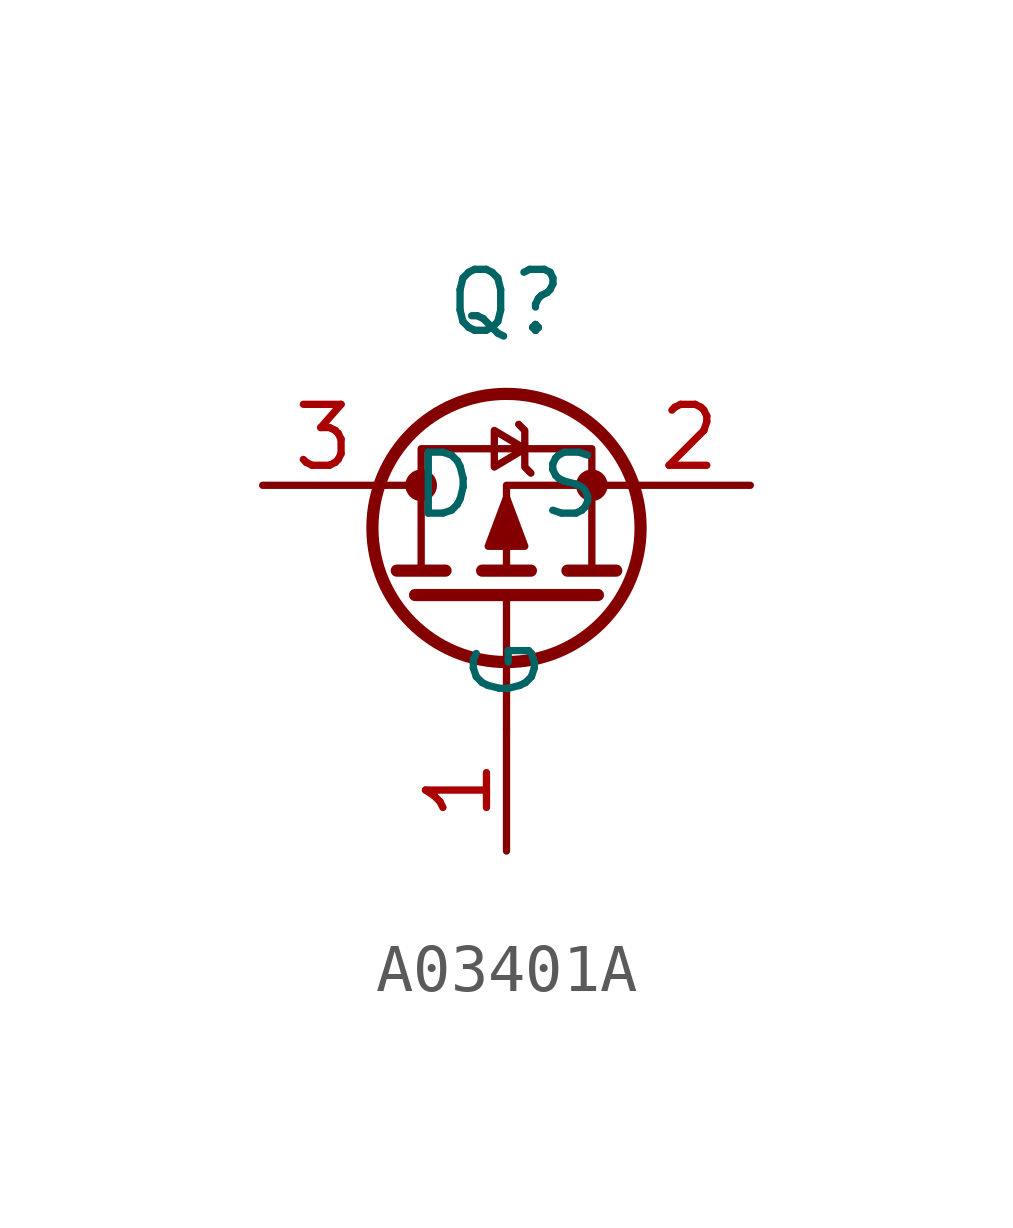
<source format=kicad_sym>
(kicad_symbol_lib
  (version 20220914)
  (generator kicad_symbol_editor)
  (symbol "A03401A"
    (property "Reference" "Q"
      (at 0 0 0)
      (effects (font (size 1.27 1.27))))
    (symbol "A03401A_0_1"
      (circle (center -1.778 -3.81) (radius 0.254) (stroke (width 0) (type default)) (fill (type outline)))
      (circle (center 0 -4.699) (radius 2.794) (stroke (width 0.254) (type default)) (fill (type none)))
      (polyline (pts (xy -2.54 -3.81) (xy -1.778 -3.81)) (stroke (width 0) (type default)) (fill (type none)))
      (polyline (pts (xy -2.286 -5.588) (xy -1.27 -5.588)) (stroke (width 0.254) (type default)) (fill (type none)))
      (polyline (pts (xy -1.905 -6.096) (xy 1.905 -6.096)) (stroke (width 0.254) (type default)) (fill (type none)))
      (polyline (pts (xy -0.508 -5.588) (xy 0.508 -5.588)) (stroke (width 0.254) (type default)) (fill (type none)))
      (polyline (pts (xy 0 -6.096) (xy 0 -8.89)) (stroke (width 0) (type default)) (fill (type none)))
      (polyline (pts (xy 1.27 -5.588) (xy 2.286 -5.588)) (stroke (width 0.254) (type default)) (fill (type none)))
      (polyline (pts (xy 2.54 -3.81) (xy 0 -3.81) (xy 0 -5.588)) (stroke (width 0) (type default)) (fill (type none)))
      (polyline (pts (xy -1.778 -5.588) (xy -1.778 -3.048) (xy 1.778 -3.048) (xy 1.778 -5.588)) (stroke (width 0) (type default)) (fill (type none)))
      (polyline (pts (xy 0 -4.064) (xy -0.381 -5.08) (xy 0.381 -5.08) (xy 0 -4.064)) (stroke (width 0) (type default)) (fill (type outline)))
      (polyline (pts (xy 0.381 -3.048) (xy -0.254 -3.429) (xy -0.254 -2.667) (xy 0.381 -3.048)) (stroke (width 0) (type default)) (fill (type none)))
      (polyline (pts (xy 0.508 -3.556) (xy 0.381 -3.429) (xy 0.381 -2.667) (xy 0.254 -2.54)) (stroke (width 0) (type default)) (fill (type none)))
      (circle (center 1.778 -3.81) (radius 0.254) (stroke (width 0) (type default)) (fill (type outline))))
    (symbol "A03401A_1_1"
      (pin input line (at 0 -11.43 90) (length 2.54) (name "G" (effects (font (size 1.27 1.27)))) (number "1" (effects (font (size 1.27 1.27)))))
      (pin passive line (at 5.08 -3.81 180) (length 2.54) (name "S" (effects (font (size 1.27 1.27)))) (number "2" (effects (font (size 1.27 1.27)))))
      (pin passive line (at -5.08 -3.81 0) (length 2.54) (name "D" (effects (font (size 1.27 1.27)))) (number "3" (effects (font (size 1.27 1.27))))))))
</source>
